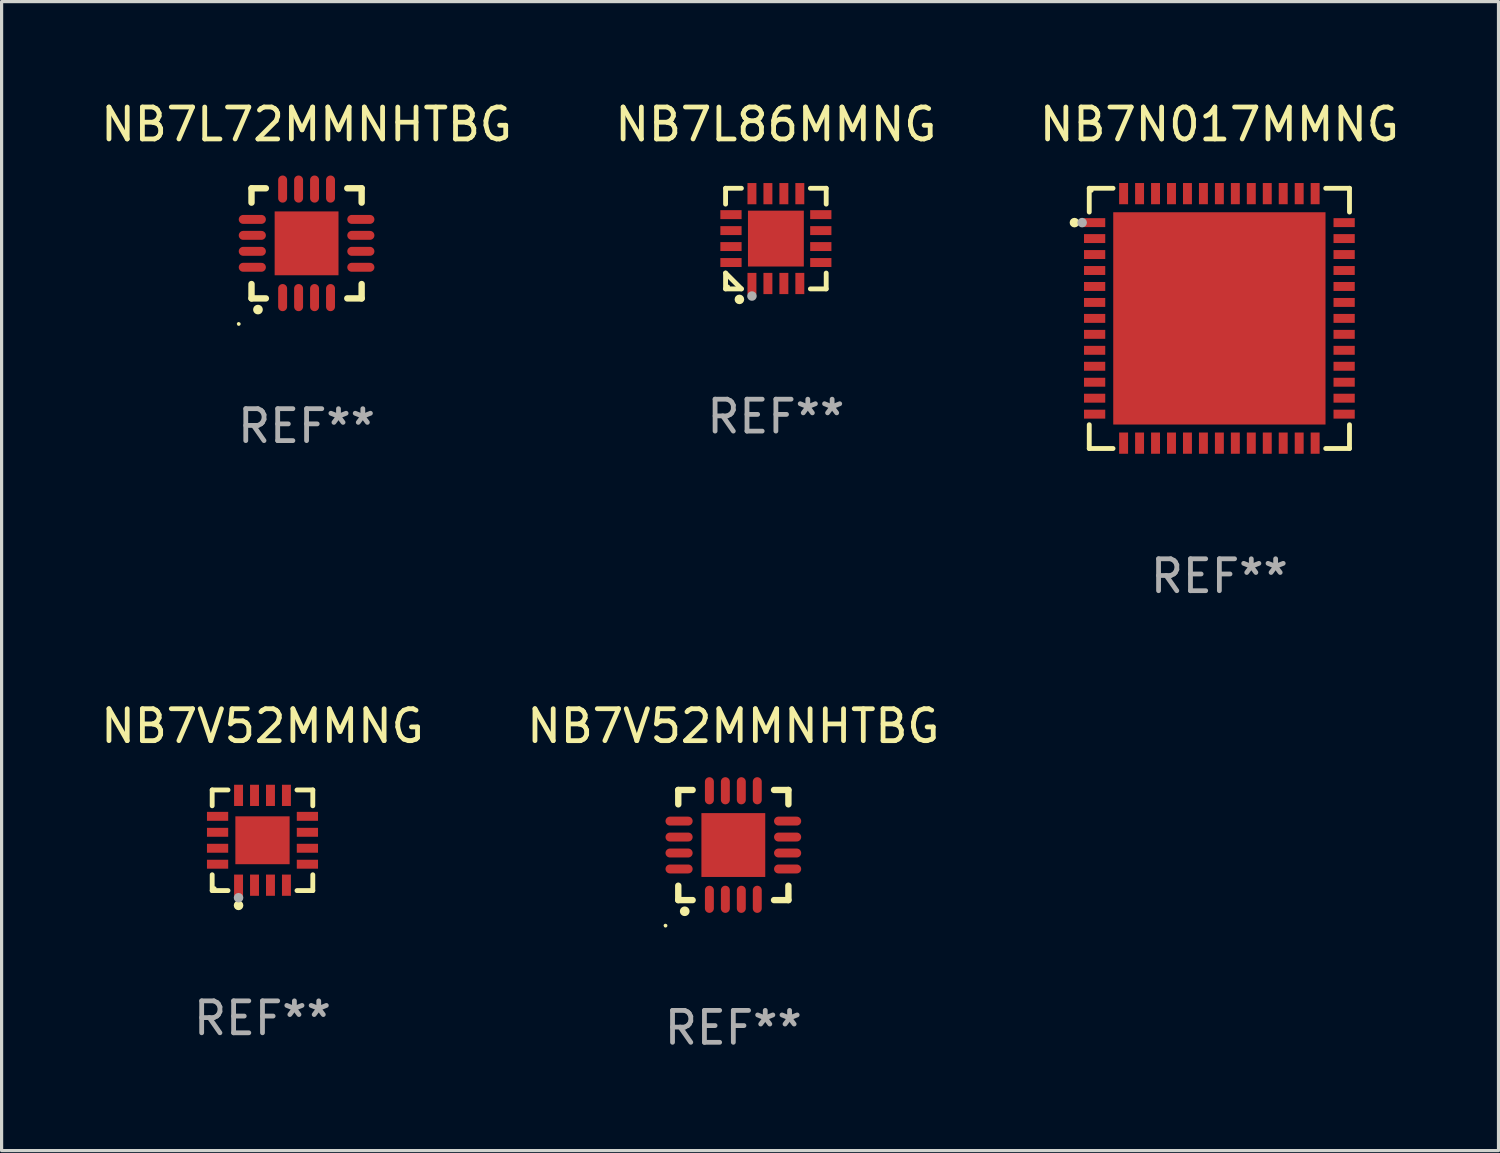
<source format=kicad_pcb>
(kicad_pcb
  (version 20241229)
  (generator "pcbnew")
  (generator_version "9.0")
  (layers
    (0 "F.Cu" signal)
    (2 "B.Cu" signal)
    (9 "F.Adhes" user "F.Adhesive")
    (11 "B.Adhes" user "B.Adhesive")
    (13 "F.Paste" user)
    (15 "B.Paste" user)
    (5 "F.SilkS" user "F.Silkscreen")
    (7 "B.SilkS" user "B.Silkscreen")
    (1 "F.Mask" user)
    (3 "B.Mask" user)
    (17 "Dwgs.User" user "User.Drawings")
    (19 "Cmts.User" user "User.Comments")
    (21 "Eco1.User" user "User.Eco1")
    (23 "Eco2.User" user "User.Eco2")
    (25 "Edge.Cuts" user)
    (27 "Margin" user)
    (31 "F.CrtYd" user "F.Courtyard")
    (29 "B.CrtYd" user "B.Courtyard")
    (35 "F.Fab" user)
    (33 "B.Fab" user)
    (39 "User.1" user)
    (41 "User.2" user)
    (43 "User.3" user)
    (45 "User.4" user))
  (footprint "NB7V52MMNHTBG"
    (layer "F.Cu")
    (at 19.923 23.422)
    (property "Reference" "NB7V52MMNHTBG" (at 0 -3.725 0) (layer "F.SilkS") (effects (font (size 1 1) (thickness 0.15))))
    (attr through_hole)
    (fp_line (start -1.725 -1.725) (end -1.275 -1.725) (stroke (width 0.2) (type solid)) (layer "F.SilkS"))
    (fp_line (start -1.725 -1.275) (end -1.725 -1.725) (stroke (width 0.2) (type solid)) (layer "F.SilkS"))
    (fp_line (start -1.725 1.725) (end -1.725 1.275) (stroke (width 0.2) (type solid)) (layer "F.SilkS"))
    (fp_line (start -1.275 1.725) (end -1.725 1.725) (stroke (width 0.2) (type solid)) (layer "F.SilkS"))
    (fp_line (start 1.725 -1.725) (end 1.275 -1.725) (stroke (width 0.2) (type solid)) (layer "F.SilkS"))
    (fp_line (start 1.725 -1.275) (end 1.725 -1.725) (stroke (width 0.2) (type solid)) (layer "F.SilkS"))
    (fp_line (start 1.725 1.275) (end 1.725 1.725) (stroke (width 0.2) (type solid)) (layer "F.SilkS"))
    (fp_line (start 1.725 1.725) (end 1.275 1.725) (stroke (width 0.2) (type solid)) (layer "F.SilkS"))
    (fp_arc (start -1.524003 2.075184) (mid -1.522733 2.075179) (end -1.521463 2.075184) (stroke (width 0.3) (type solid)) (layer "F.SilkS"))
    (fp_circle (center -2.125 2.525) (end -2.095 2.525) (stroke (width 0.06) (type solid)) (fill no) (layer "F.SilkS"))
    (fp_text user "REF**" (at 0 5.725 0) (layer "F.Fab") (effects (font (size 1 1) (thickness 0.15))))
    (pad "1" smd oval (at -0.75 1.7 180) (size 0.28 0.85) (layers "F.Cu" "F.Mask" "F.Paste"))
    (pad "2" smd oval (at -0.25 1.7 180) (size 0.28 0.85) (layers "F.Cu" "F.Mask" "F.Paste"))
    (pad "3" smd oval (at 0.25 1.7 180) (size 0.28 0.85) (layers "F.Cu" "F.Mask" "F.Paste"))
    (pad "4" smd oval (at 0.75 1.7 180) (size 0.28 0.85) (layers "F.Cu" "F.Mask" "F.Paste"))
    (pad "5" smd oval (at 1.7 0.75 90) (size 0.28 0.85) (layers "F.Cu" "F.Mask" "F.Paste"))
    (pad "6" smd oval (at 1.7 0.25 90) (size 0.28 0.85) (layers "F.Cu" "F.Mask" "F.Paste"))
    (pad "7" smd oval (at 1.7 -0.25 90) (size 0.28 0.85) (layers "F.Cu" "F.Mask" "F.Paste"))
    (pad "8" smd oval (at 1.7 -0.75 90) (size 0.28 0.85) (layers "F.Cu" "F.Mask" "F.Paste"))
    (pad "9" smd oval (at 0.75 -1.7 180) (size 0.28 0.85) (layers "F.Cu" "F.Mask" "F.Paste"))
    (pad "10" smd oval (at 0.25 -1.7 180) (size 0.28 0.85) (layers "F.Cu" "F.Mask" "F.Paste"))
    (pad "11" smd oval (at -0.25 -1.7 180) (size 0.28 0.85) (layers "F.Cu" "F.Mask" "F.Paste"))
    (pad "12" smd oval (at -0.75 -1.7 180) (size 0.28 0.85) (layers "F.Cu" "F.Mask" "F.Paste"))
    (pad "13" smd oval (at -1.7 -0.75 90) (size 0.28 0.85) (layers "F.Cu" "F.Mask" "F.Paste"))
    (pad "14" smd oval (at -1.7 -0.25 90) (size 0.28 0.85) (layers "F.Cu" "F.Mask" "F.Paste"))
    (pad "15" smd oval (at -1.7 0.25 90) (size 0.28 0.85) (layers "F.Cu" "F.Mask" "F.Paste"))
    (pad "16" smd oval (at -1.7 0.75 90) (size 0.28 0.85) (layers "F.Cu" "F.Mask" "F.Paste"))
    (pad "17" smd rect (at 0 0 90) (size 2 2) (layers "F.Cu" "F.Mask" "F.Paste")))
  (footprint "NB7L72MMNHTBG"
    (layer "F.Cu")
    (at 6.554 4.573)
    (property "Reference" "NB7L72MMNHTBG" (at 0 -3.725 0) (layer "F.SilkS") (effects (font (size 1 1) (thickness 0.15))))
    (attr through_hole)
    (fp_line (start -1.725 -1.725) (end -1.275 -1.725) (stroke (width 0.2) (type solid)) (layer "F.SilkS"))
    (fp_line (start -1.725 -1.275) (end -1.725 -1.725) (stroke (width 0.2) (type solid)) (layer "F.SilkS"))
    (fp_line (start -1.725 1.725) (end -1.725 1.275) (stroke (width 0.2) (type solid)) (layer "F.SilkS"))
    (fp_line (start -1.275 1.725) (end -1.725 1.725) (stroke (width 0.2) (type solid)) (layer "F.SilkS"))
    (fp_line (start 1.725 -1.725) (end 1.275 -1.725) (stroke (width 0.2) (type solid)) (layer "F.SilkS"))
    (fp_line (start 1.725 -1.275) (end 1.725 -1.725) (stroke (width 0.2) (type solid)) (layer "F.SilkS"))
    (fp_line (start 1.725 1.275) (end 1.725 1.725) (stroke (width 0.2) (type solid)) (layer "F.SilkS"))
    (fp_line (start 1.725 1.725) (end 1.275 1.725) (stroke (width 0.2) (type solid)) (layer "F.SilkS"))
    (fp_arc (start -1.524003 2.075184) (mid -1.522733 2.075179) (end -1.521463 2.075184) (stroke (width 0.3) (type solid)) (layer "F.SilkS"))
    (fp_circle (center -2.125 2.525) (end -2.095 2.525) (stroke (width 0.06) (type solid)) (fill no) (layer "F.SilkS"))
    (fp_text user "REF**" (at 0 5.725 0) (layer "F.Fab") (effects (font (size 1 1) (thickness 0.15))))
    (pad "1" smd oval (at -0.75 1.7 180) (size 0.28 0.85) (layers "F.Cu" "F.Mask" "F.Paste"))
    (pad "2" smd oval (at -0.25 1.7 180) (size 0.28 0.85) (layers "F.Cu" "F.Mask" "F.Paste"))
    (pad "3" smd oval (at 0.25 1.7 180) (size 0.28 0.85) (layers "F.Cu" "F.Mask" "F.Paste"))
    (pad "4" smd oval (at 0.75 1.7 180) (size 0.28 0.85) (layers "F.Cu" "F.Mask" "F.Paste"))
    (pad "5" smd oval (at 1.7 0.75 90) (size 0.28 0.85) (layers "F.Cu" "F.Mask" "F.Paste"))
    (pad "6" smd oval (at 1.7 0.25 90) (size 0.28 0.85) (layers "F.Cu" "F.Mask" "F.Paste"))
    (pad "7" smd oval (at 1.7 -0.25 90) (size 0.28 0.85) (layers "F.Cu" "F.Mask" "F.Paste"))
    (pad "8" smd oval (at 1.7 -0.75 90) (size 0.28 0.85) (layers "F.Cu" "F.Mask" "F.Paste"))
    (pad "9" smd oval (at 0.75 -1.7 180) (size 0.28 0.85) (layers "F.Cu" "F.Mask" "F.Paste"))
    (pad "10" smd oval (at 0.25 -1.7 180) (size 0.28 0.85) (layers "F.Cu" "F.Mask" "F.Paste"))
    (pad "11" smd oval (at -0.25 -1.7 180) (size 0.28 0.85) (layers "F.Cu" "F.Mask" "F.Paste"))
    (pad "12" smd oval (at -0.75 -1.7 180) (size 0.28 0.85) (layers "F.Cu" "F.Mask" "F.Paste"))
    (pad "13" smd oval (at -1.7 -0.75 90) (size 0.28 0.85) (layers "F.Cu" "F.Mask" "F.Paste"))
    (pad "14" smd oval (at -1.7 -0.25 90) (size 0.28 0.85) (layers "F.Cu" "F.Mask" "F.Paste"))
    (pad "15" smd oval (at -1.7 0.25 90) (size 0.28 0.85) (layers "F.Cu" "F.Mask" "F.Paste"))
    (pad "16" smd oval (at -1.7 0.75 90) (size 0.28 0.85) (layers "F.Cu" "F.Mask" "F.Paste"))
    (pad "17" smd rect (at 0 0 90) (size 2 2) (layers "F.Cu" "F.Mask" "F.Paste")))
  (footprint "NB7L86MMNG"
    (layer "F.Cu")
    (at 21.256 4.424)
    (property "Reference" "NB7L86MMNG" (at 0 -3.576 0) (layer "F.SilkS") (effects (font (size 1 1) (thickness 0.15))))
    (attr through_hole)
    (fp_line (start -1.576 -1.576) (end -1.08 -1.576) (stroke (width 0.152) (type solid)) (layer "F.SilkS"))
    (fp_line (start -1.576 -1.08) (end -1.576 -1.576) (stroke (width 0.152) (type solid)) (layer "F.SilkS"))
    (fp_line (start -1.576 1.08) (end -1.576 1.576) (stroke (width 0.152) (type solid)) (layer "F.SilkS"))
    (fp_line (start -1.576 1.576) (end -1.08 1.576) (stroke (width 0.152) (type solid)) (layer "F.SilkS"))
    (fp_line (start -1.08 1.576) (end -1.576 1.08) (stroke (width 0.152) (type solid)) (layer "F.SilkS"))
    (fp_line (start 1.576 -1.576) (end 1.08 -1.576) (stroke (width 0.152) (type solid)) (layer "F.SilkS"))
    (fp_line (start 1.576 -1.08) (end 1.576 -1.576) (stroke (width 0.152) (type solid)) (layer "F.SilkS"))
    (fp_line (start 1.576 1.08) (end 1.576 1.576) (stroke (width 0.152) (type solid)) (layer "F.SilkS"))
    (fp_line (start 1.576 1.576) (end 1.08 1.576) (stroke (width 0.152) (type solid)) (layer "F.SilkS"))
    (fp_circle (center -1.5 1.5) (end -1.47 1.5) (stroke (width 0.06) (type solid)) (fill no) (layer "F.SilkS"))
    (fp_circle (center -1.143 1.905) (end -1.068 1.905) (stroke (width 0.15) (type solid)) (fill no) (layer "F.SilkS"))
    (fp_circle (center -0.75 1.8) (end -0.675 1.8) (stroke (width 0.15) (type solid)) (fill no) (layer "F.Fab"))
    (fp_text user "REF**" (at 0 5.576 0) (layer "F.Fab") (effects (font (size 1 1) (thickness 0.15))))
    (pad "1" smd rect (at -0.75 1.407) (size 0.28 0.665) (layers "F.Cu" "F.Mask" "F.Paste"))
    (pad "2" smd rect (at -0.25 1.407) (size 0.28 0.665) (layers "F.Cu" "F.Mask" "F.Paste"))
    (pad "3" smd rect (at 0.25 1.407) (size 0.28 0.665) (layers "F.Cu" "F.Mask" "F.Paste"))
    (pad "4" smd rect (at 0.75 1.407) (size 0.28 0.665) (layers "F.Cu" "F.Mask" "F.Paste"))
    (pad "5" smd rect (at 1.407 0.75) (size 0.665 0.28) (layers "F.Cu" "F.Mask" "F.Paste"))
    (pad "6" smd rect (at 1.407 0.25) (size 0.665 0.28) (layers "F.Cu" "F.Mask" "F.Paste"))
    (pad "7" smd rect (at 1.407 -0.25) (size 0.665 0.28) (layers "F.Cu" "F.Mask" "F.Paste"))
    (pad "8" smd rect (at 1.407 -0.75) (size 0.665 0.28) (layers "F.Cu" "F.Mask" "F.Paste"))
    (pad "9" smd rect (at 0.75 -1.407) (size 0.28 0.665) (layers "F.Cu" "F.Mask" "F.Paste"))
    (pad "10" smd rect (at 0.25 -1.407) (size 0.28 0.665) (layers "F.Cu" "F.Mask" "F.Paste"))
    (pad "11" smd rect (at -0.25 -1.407) (size 0.28 0.665) (layers "F.Cu" "F.Mask" "F.Paste"))
    (pad "12" smd rect (at -0.75 -1.407) (size 0.28 0.665) (layers "F.Cu" "F.Mask" "F.Paste"))
    (pad "13" smd rect (at -1.407 -0.75) (size 0.665 0.28) (layers "F.Cu" "F.Mask" "F.Paste"))
    (pad "14" smd rect (at -1.407 -0.25) (size 0.665 0.28) (layers "F.Cu" "F.Mask" "F.Paste"))
    (pad "15" smd rect (at -1.407 0.25) (size 0.665 0.28) (layers "F.Cu" "F.Mask" "F.Paste"))
    (pad "16" smd rect (at -1.407 0.75) (size 0.665 0.28) (layers "F.Cu" "F.Mask" "F.Paste"))
    (pad "17" smd rect (at 0 0) (size 1.75 1.75) (layers "F.Cu" "F.Mask" "F.Paste")))
  (footprint "NB7N017MMNG"
    (layer "F.Cu")
    (at 35.149 6.924)
    (property "Reference" "NB7N017MMNG" (at 0 -6.076 0) (layer "F.SilkS") (effects (font (size 1 1) (thickness 0.15))))
    (attr through_hole)
    (fp_circle (center 1.397 -0.889) (end 2.883 -0.889) (stroke (width 0.254) (type solid)) (fill no) (layer "F.Cu"))
    (fp_line (start -4.076 -4.076) (end -4.076 -3.331) (stroke (width 0.152) (type solid)) (layer "F.SilkS"))
    (fp_line (start -4.076 4.076) (end -4.076 3.331) (stroke (width 0.152) (type solid)) (layer "F.SilkS"))
    (fp_line (start -3.331 -4.076) (end -4.076 -4.076) (stroke (width 0.152) (type solid)) (layer "F.SilkS"))
    (fp_line (start -3.331 4.076) (end -4.076 4.076) (stroke (width 0.152) (type solid)) (layer "F.SilkS"))
    (fp_line (start 3.331 -4.076) (end 4.076 -4.076) (stroke (width 0.152) (type solid)) (layer "F.SilkS"))
    (fp_line (start 3.331 4.076) (end 4.076 4.076) (stroke (width 0.152) (type solid)) (layer "F.SilkS"))
    (fp_line (start 4.076 -4.076) (end 4.076 -3.331) (stroke (width 0.152) (type solid)) (layer "F.SilkS"))
    (fp_line (start 4.076 4.076) (end 4.076 3.331) (stroke (width 0.152) (type solid)) (layer "F.SilkS"))
    (fp_circle (center -4.54 -3) (end -4.465 -3) (stroke (width 0.15) (type solid)) (fill no) (layer "F.SilkS"))
    (fp_circle (center -4 -4) (end -3.97 -4) (stroke (width 0.06) (type solid)) (fill no) (layer "F.SilkS"))
    (fp_circle (center -4.3 -3) (end -4.225 -3) (stroke (width 0.15) (type solid)) (fill no) (layer "F.Fab"))
    (fp_text user "REF**" (at 0 8.076 0) (layer "F.Fab") (effects (font (size 1 1) (thickness 0.15))))
    (pad "1" smd rect (at -3.908 -3) (size 0.665 0.28) (layers "F.Cu" "F.Mask" "F.Paste"))
    (pad "2" smd rect (at -3.908 -2.5) (size 0.665 0.28) (layers "F.Cu" "F.Mask" "F.Paste"))
    (pad "3" smd rect (at -3.908 -2) (size 0.665 0.28) (layers "F.Cu" "F.Mask" "F.Paste"))
    (pad "4" smd rect (at -3.908 -1.5) (size 0.665 0.28) (layers "F.Cu" "F.Mask" "F.Paste"))
    (pad "5" smd rect (at -3.908 -1) (size 0.665 0.28) (layers "F.Cu" "F.Mask" "F.Paste"))
    (pad "6" smd rect (at -3.908 -0.5) (size 0.665 0.28) (layers "F.Cu" "F.Mask" "F.Paste"))
    (pad "7" smd rect (at -3.908 0) (size 0.665 0.28) (layers "F.Cu" "F.Mask" "F.Paste"))
    (pad "8" smd rect (at -3.908 0.5) (size 0.665 0.28) (layers "F.Cu" "F.Mask" "F.Paste"))
    (pad "9" smd rect (at -3.908 1) (size 0.665 0.28) (layers "F.Cu" "F.Mask" "F.Paste"))
    (pad "10" smd rect (at -3.908 1.5) (size 0.665 0.28) (layers "F.Cu" "F.Mask" "F.Paste"))
    (pad "11" smd rect (at -3.908 2) (size 0.665 0.28) (layers "F.Cu" "F.Mask" "F.Paste"))
    (pad "12" smd rect (at -3.908 2.5) (size 0.665 0.28) (layers "F.Cu" "F.Mask" "F.Paste"))
    (pad "13" smd rect (at -3.908 3) (size 0.665 0.28) (layers "F.Cu" "F.Mask" "F.Paste"))
    (pad "14" smd rect (at -3 3.908) (size 0.28 0.665) (layers "F.Cu" "F.Mask" "F.Paste"))
    (pad "15" smd rect (at -2.5 3.908) (size 0.28 0.665) (layers "F.Cu" "F.Mask" "F.Paste"))
    (pad "16" smd rect (at -2 3.908) (size 0.28 0.665) (layers "F.Cu" "F.Mask" "F.Paste"))
    (pad "17" smd rect (at -1.5 3.908) (size 0.28 0.665) (layers "F.Cu" "F.Mask" "F.Paste"))
    (pad "18" smd rect (at -1 3.908) (size 0.28 0.665) (layers "F.Cu" "F.Mask" "F.Paste"))
    (pad "19" smd rect (at -0.5 3.908) (size 0.28 0.665) (layers "F.Cu" "F.Mask" "F.Paste"))
    (pad "20" smd rect (at 0 3.908) (size 0.28 0.665) (layers "F.Cu" "F.Mask" "F.Paste"))
    (pad "21" smd rect (at 0.5 3.908) (size 0.28 0.665) (layers "F.Cu" "F.Mask" "F.Paste"))
    (pad "22" smd rect (at 1 3.908) (size 0.28 0.665) (layers "F.Cu" "F.Mask" "F.Paste"))
    (pad "23" smd rect (at 1.5 3.908) (size 0.28 0.665) (layers "F.Cu" "F.Mask" "F.Paste"))
    (pad "24" smd rect (at 2 3.908) (size 0.28 0.665) (layers "F.Cu" "F.Mask" "F.Paste"))
    (pad "25" smd rect (at 2.5 3.908) (size 0.28 0.665) (layers "F.Cu" "F.Mask" "F.Paste"))
    (pad "26" smd rect (at 3 3.908) (size 0.28 0.665) (layers "F.Cu" "F.Mask" "F.Paste"))
    (pad "27" smd rect (at 3.908 3) (size 0.665 0.28) (layers "F.Cu" "F.Mask" "F.Paste"))
    (pad "28" smd rect (at 3.908 2.5) (size 0.665 0.28) (layers "F.Cu" "F.Mask" "F.Paste"))
    (pad "29" smd rect (at 3.908 2) (size 0.665 0.28) (layers "F.Cu" "F.Mask" "F.Paste"))
    (pad "30" smd rect (at 3.908 1.5) (size 0.665 0.28) (layers "F.Cu" "F.Mask" "F.Paste"))
    (pad "31" smd rect (at 3.908 1) (size 0.665 0.28) (layers "F.Cu" "F.Mask" "F.Paste"))
    (pad "32" smd rect (at 3.908 0.5) (size 0.665 0.28) (layers "F.Cu" "F.Mask" "F.Paste"))
    (pad "33" smd rect (at 3.908 0) (size 0.665 0.28) (layers "F.Cu" "F.Mask" "F.Paste"))
    (pad "34" smd rect (at 3.908 -0.5) (size 0.665 0.28) (layers "F.Cu" "F.Mask" "F.Paste"))
    (pad "35" smd rect (at 3.908 -1) (size 0.665 0.28) (layers "F.Cu" "F.Mask" "F.Paste"))
    (pad "36" smd rect (at 3.908 -1.5) (size 0.665 0.28) (layers "F.Cu" "F.Mask" "F.Paste"))
    (pad "37" smd rect (at 3.908 -2) (size 0.665 0.28) (layers "F.Cu" "F.Mask" "F.Paste"))
    (pad "38" smd rect (at 3.908 -2.5) (size 0.665 0.28) (layers "F.Cu" "F.Mask" "F.Paste"))
    (pad "39" smd rect (at 3.908 -3) (size 0.665 0.28) (layers "F.Cu" "F.Mask" "F.Paste"))
    (pad "40" smd rect (at 3 -3.908) (size 0.28 0.665) (layers "F.Cu" "F.Mask" "F.Paste"))
    (pad "41" smd rect (at 2.5 -3.908) (size 0.28 0.665) (layers "F.Cu" "F.Mask" "F.Paste"))
    (pad "42" smd rect (at 2 -3.908) (size 0.28 0.665) (layers "F.Cu" "F.Mask" "F.Paste"))
    (pad "43" smd rect (at 1.5 -3.908) (size 0.28 0.665) (layers "F.Cu" "F.Mask" "F.Paste"))
    (pad "44" smd rect (at 1 -3.908) (size 0.28 0.665) (layers "F.Cu" "F.Mask" "F.Paste"))
    (pad "45" smd rect (at 0.5 -3.908) (size 0.28 0.665) (layers "F.Cu" "F.Mask" "F.Paste"))
    (pad "46" smd rect (at 0 -3.908) (size 0.28 0.665) (layers "F.Cu" "F.Mask" "F.Paste"))
    (pad "47" smd rect (at -0.5 -3.908) (size 0.28 0.665) (layers "F.Cu" "F.Mask" "F.Paste"))
    (pad "48" smd rect (at -1 -3.908) (size 0.28 0.665) (layers "F.Cu" "F.Mask" "F.Paste"))
    (pad "49" smd rect (at -1.5 -3.908) (size 0.28 0.665) (layers "F.Cu" "F.Mask" "F.Paste"))
    (pad "50" smd rect (at -2 -3.908) (size 0.28 0.665) (layers "F.Cu" "F.Mask" "F.Paste"))
    (pad "51" smd rect (at -2.5 -3.908) (size 0.28 0.665) (layers "F.Cu" "F.Mask" "F.Paste"))
    (pad "52" smd rect (at -3 -3.908) (size 0.28 0.665) (layers "F.Cu" "F.Mask" "F.Paste"))
    (pad "53" smd rect (at 0 0) (size 6.65 6.65) (layers "F.Cu" "F.Mask" "F.Paste")))
  (footprint "NB7V52MMNG"
    (layer "F.Cu")
    (at 5.173 23.273)
    (property "Reference" "NB7V52MMNG" (at 0 -3.576 0) (layer "F.SilkS") (effects (font (size 1 1) (thickness 0.15))))
    (attr through_hole)
    (fp_line (start -1.576 -1.576) (end -1.08 -1.576) (stroke (width 0.152) (type solid)) (layer "F.SilkS"))
    (fp_line (start -1.576 -1.08) (end -1.576 -1.576) (stroke (width 0.152) (type solid)) (layer "F.SilkS"))
    (fp_line (start -1.576 1.08) (end -1.576 1.576) (stroke (width 0.152) (type solid)) (layer "F.SilkS"))
    (fp_line (start -1.576 1.576) (end -1.08 1.576) (stroke (width 0.152) (type solid)) (layer "F.SilkS"))
    (fp_line (start 1.576 -1.576) (end 1.08 -1.576) (stroke (width 0.152) (type solid)) (layer "F.SilkS"))
    (fp_line (start 1.576 -1.08) (end 1.576 -1.576) (stroke (width 0.152) (type solid)) (layer "F.SilkS"))
    (fp_line (start 1.576 1.08) (end 1.576 1.576) (stroke (width 0.152) (type solid)) (layer "F.SilkS"))
    (fp_line (start 1.576 1.576) (end 1.08 1.576) (stroke (width 0.152) (type solid)) (layer "F.SilkS"))
    (fp_circle (center -1.5 1.5) (end -1.47 1.5) (stroke (width 0.06) (type solid)) (fill no) (layer "F.SilkS"))
    (fp_circle (center -0.75 2.04) (end -0.675 2.04) (stroke (width 0.15) (type solid)) (fill no) (layer "F.SilkS"))
    (fp_circle (center -0.75 1.8) (end -0.675 1.8) (stroke (width 0.15) (type solid)) (fill no) (layer "F.Fab"))
    (fp_text user "REF**" (at 0 5.576 0) (layer "F.Fab") (effects (font (size 1 1) (thickness 0.15))))
    (pad "1" smd rect (at -0.75 1.407) (size 0.28 0.665) (layers "F.Cu" "F.Mask" "F.Paste"))
    (pad "2" smd rect (at -0.25 1.407) (size 0.28 0.665) (layers "F.Cu" "F.Mask" "F.Paste"))
    (pad "3" smd rect (at 0.25 1.407) (size 0.28 0.665) (layers "F.Cu" "F.Mask" "F.Paste"))
    (pad "4" smd rect (at 0.75 1.407) (size 0.28 0.665) (layers "F.Cu" "F.Mask" "F.Paste"))
    (pad "5" smd rect (at 1.407 0.75) (size 0.665 0.28) (layers "F.Cu" "F.Mask" "F.Paste"))
    (pad "6" smd rect (at 1.407 0.25) (size 0.665 0.28) (layers "F.Cu" "F.Mask" "F.Paste"))
    (pad "7" smd rect (at 1.407 -0.25) (size 0.665 0.28) (layers "F.Cu" "F.Mask" "F.Paste"))
    (pad "8" smd rect (at 1.407 -0.75) (size 0.665 0.28) (layers "F.Cu" "F.Mask" "F.Paste"))
    (pad "9" smd rect (at 0.75 -1.407) (size 0.28 0.665) (layers "F.Cu" "F.Mask" "F.Paste"))
    (pad "10" smd rect (at 0.25 -1.407) (size 0.28 0.665) (layers "F.Cu" "F.Mask" "F.Paste"))
    (pad "11" smd rect (at -0.25 -1.407) (size 0.28 0.665) (layers "F.Cu" "F.Mask" "F.Paste"))
    (pad "12" smd rect (at -0.75 -1.407) (size 0.28 0.665) (layers "F.Cu" "F.Mask" "F.Paste"))
    (pad "13" smd rect (at -1.407 -0.75) (size 0.665 0.28) (layers "F.Cu" "F.Mask" "F.Paste"))
    (pad "14" smd rect (at -1.407 -0.25) (size 0.665 0.28) (layers "F.Cu" "F.Mask" "F.Paste"))
    (pad "15" smd rect (at -1.407 0.25) (size 0.665 0.28) (layers "F.Cu" "F.Mask" "F.Paste"))
    (pad "16" smd rect (at -1.407 0.75) (size 0.665 0.28) (layers "F.Cu" "F.Mask" "F.Paste"))
    (pad "17" smd rect (at 0 0) (size 1.7 1.5) (layers "F.Cu" "F.Mask" "F.Paste")))
  (gr_rect
    (start -3 -3)
    (end 43.893 32.995)
    (stroke (width 0.1) (type default))
    (fill no)
    (layer "Edge.Cuts")))
</source>
